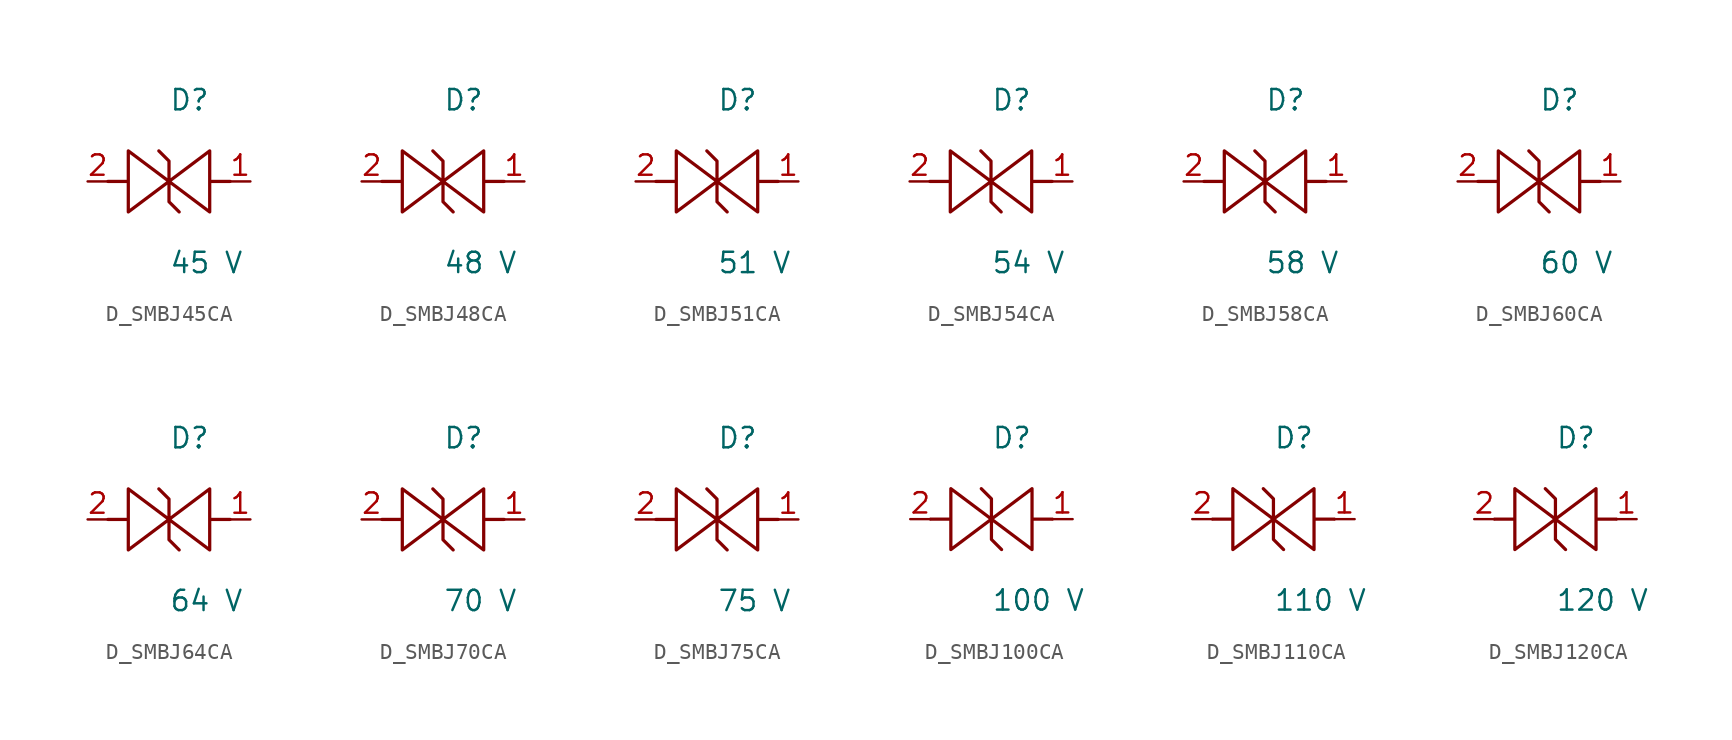
<source format=kicad_sym>
(kicad_symbol_lib
  (version 20231120)
  (generator kicad_symbol_editor)
  (generator_version 8.0)
  (symbol "D_SMBJ45CA"
    (pin_names
      (offset 0.254))
    (property "Reference" "D"
      (at 0.0 5.08 0)
      (effects (font (size 1.27 1.27)) (justify left)))
    (property "Value" "45 V"
      (at 0.0 -5.08 0)
      (effects (font (size 1.27 1.27)) (justify left)))
    (symbol "D_SMBJ45CA_1_0"
      (polyline (pts (xy 3.81 0) (xy 2.54 0) (xy 2.54 1.905) (xy 0 0) (xy 0 1.27) (xy -0.635 1.905) (xy 0 1.27) (xy 0 0) (xy -2.54 1.905) (xy -2.54 0) (xy -3.81 0) (xy -2.54 0) (xy -2.54 -1.905) (xy 0 0) (xy 0 -1.27) (xy 0.635 -1.905) (xy 0 -1.27) (xy 0 0) (xy 2.54 -1.905) (xy 2.54 0)) (stroke (width 0.203) (type default)) (fill (type none)))
      (pin unspecified line (at 5.08 0 180) (length 1.27) (name "" (effects (font (size 1.27 1.27)))) (number "1" (effects (font (size 1.27 1.27)))))
      (pin unspecified line (at -5.08 0 0) (length 1.27) (name "" (effects (font (size 1.27 1.27)))) (number "2" (effects (font (size 1.27 1.27)))))))
  (symbol "D_SMBJ48CA"
    (pin_names
      (offset 0.254))
    (property "Reference" "D"
      (at 0.0 5.08 0)
      (effects (font (size 1.27 1.27)) (justify left)))
    (property "Value" "48 V"
      (at 0.0 -5.08 0)
      (effects (font (size 1.27 1.27)) (justify left)))
    (symbol "D_SMBJ48CA_1_0"
      (polyline (pts (xy 3.81 0) (xy 2.54 0) (xy 2.54 1.905) (xy 0 0) (xy 0 1.27) (xy -0.635 1.905) (xy 0 1.27) (xy 0 0) (xy -2.54 1.905) (xy -2.54 0) (xy -3.81 0) (xy -2.54 0) (xy -2.54 -1.905) (xy 0 0) (xy 0 -1.27) (xy 0.635 -1.905) (xy 0 -1.27) (xy 0 0) (xy 2.54 -1.905) (xy 2.54 0)) (stroke (width 0.203) (type default)) (fill (type none)))
      (pin unspecified line (at 5.08 0 180) (length 1.27) (name "" (effects (font (size 1.27 1.27)))) (number "1" (effects (font (size 1.27 1.27)))))
      (pin unspecified line (at -5.08 0 0) (length 1.27) (name "" (effects (font (size 1.27 1.27)))) (number "2" (effects (font (size 1.27 1.27)))))))
  (symbol "D_SMBJ51CA"
    (pin_names
      (offset 0.254))
    (property "Reference" "D"
      (at 0.0 5.08 0)
      (effects (font (size 1.27 1.27)) (justify left)))
    (property "Value" "51 V"
      (at 0.0 -5.08 0)
      (effects (font (size 1.27 1.27)) (justify left)))
    (symbol "D_SMBJ51CA_1_0"
      (polyline (pts (xy 3.81 0) (xy 2.54 0) (xy 2.54 1.905) (xy 0 0) (xy 0 1.27) (xy -0.635 1.905) (xy 0 1.27) (xy 0 0) (xy -2.54 1.905) (xy -2.54 0) (xy -3.81 0) (xy -2.54 0) (xy -2.54 -1.905) (xy 0 0) (xy 0 -1.27) (xy 0.635 -1.905) (xy 0 -1.27) (xy 0 0) (xy 2.54 -1.905) (xy 2.54 0)) (stroke (width 0.203) (type default)) (fill (type none)))
      (pin unspecified line (at 5.08 0 180) (length 1.27) (name "" (effects (font (size 1.27 1.27)))) (number "1" (effects (font (size 1.27 1.27)))))
      (pin unspecified line (at -5.08 0 0) (length 1.27) (name "" (effects (font (size 1.27 1.27)))) (number "2" (effects (font (size 1.27 1.27)))))))
  (symbol "D_SMBJ54CA"
    (pin_names
      (offset 0.254))
    (property "Reference" "D"
      (at 0.0 5.08 0)
      (effects (font (size 1.27 1.27)) (justify left)))
    (property "Value" "54 V"
      (at 0.0 -5.08 0)
      (effects (font (size 1.27 1.27)) (justify left)))
    (symbol "D_SMBJ54CA_1_0"
      (polyline (pts (xy 3.81 0) (xy 2.54 0) (xy 2.54 1.905) (xy 0 0) (xy 0 1.27) (xy -0.635 1.905) (xy 0 1.27) (xy 0 0) (xy -2.54 1.905) (xy -2.54 0) (xy -3.81 0) (xy -2.54 0) (xy -2.54 -1.905) (xy 0 0) (xy 0 -1.27) (xy 0.635 -1.905) (xy 0 -1.27) (xy 0 0) (xy 2.54 -1.905) (xy 2.54 0)) (stroke (width 0.203) (type default)) (fill (type none)))
      (pin unspecified line (at 5.08 0 180) (length 1.27) (name "" (effects (font (size 1.27 1.27)))) (number "1" (effects (font (size 1.27 1.27)))))
      (pin unspecified line (at -5.08 0 0) (length 1.27) (name "" (effects (font (size 1.27 1.27)))) (number "2" (effects (font (size 1.27 1.27)))))))
  (symbol "D_SMBJ58CA"
    (pin_names
      (offset 0.254))
    (property "Reference" "D"
      (at 0.0 5.08 0)
      (effects (font (size 1.27 1.27)) (justify left)))
    (property "Value" "58 V"
      (at 0.0 -5.08 0)
      (effects (font (size 1.27 1.27)) (justify left)))
    (symbol "D_SMBJ58CA_1_0"
      (polyline (pts (xy 3.81 0) (xy 2.54 0) (xy 2.54 1.905) (xy 0 0) (xy 0 1.27) (xy -0.635 1.905) (xy 0 1.27) (xy 0 0) (xy -2.54 1.905) (xy -2.54 0) (xy -3.81 0) (xy -2.54 0) (xy -2.54 -1.905) (xy 0 0) (xy 0 -1.27) (xy 0.635 -1.905) (xy 0 -1.27) (xy 0 0) (xy 2.54 -1.905) (xy 2.54 0)) (stroke (width 0.203) (type default)) (fill (type none)))
      (pin unspecified line (at 5.08 0 180) (length 1.27) (name "" (effects (font (size 1.27 1.27)))) (number "1" (effects (font (size 1.27 1.27)))))
      (pin unspecified line (at -5.08 0 0) (length 1.27) (name "" (effects (font (size 1.27 1.27)))) (number "2" (effects (font (size 1.27 1.27)))))))
  (symbol "D_SMBJ60CA"
    (pin_names
      (offset 0.254))
    (property "Reference" "D"
      (at 0.0 5.08 0)
      (effects (font (size 1.27 1.27)) (justify left)))
    (property "Value" "60 V"
      (at 0.0 -5.08 0)
      (effects (font (size 1.27 1.27)) (justify left)))
    (symbol "D_SMBJ60CA_1_0"
      (polyline (pts (xy 3.81 0) (xy 2.54 0) (xy 2.54 1.905) (xy 0 0) (xy 0 1.27) (xy -0.635 1.905) (xy 0 1.27) (xy 0 0) (xy -2.54 1.905) (xy -2.54 0) (xy -3.81 0) (xy -2.54 0) (xy -2.54 -1.905) (xy 0 0) (xy 0 -1.27) (xy 0.635 -1.905) (xy 0 -1.27) (xy 0 0) (xy 2.54 -1.905) (xy 2.54 0)) (stroke (width 0.203) (type default)) (fill (type none)))
      (pin unspecified line (at 5.08 0 180) (length 1.27) (name "" (effects (font (size 1.27 1.27)))) (number "1" (effects (font (size 1.27 1.27)))))
      (pin unspecified line (at -5.08 0 0) (length 1.27) (name "" (effects (font (size 1.27 1.27)))) (number "2" (effects (font (size 1.27 1.27)))))))
  (symbol "D_SMBJ64CA"
    (pin_names
      (offset 0.254))
    (property "Reference" "D"
      (at 0.0 5.08 0)
      (effects (font (size 1.27 1.27)) (justify left)))
    (property "Value" "64 V"
      (at 0.0 -5.08 0)
      (effects (font (size 1.27 1.27)) (justify left)))
    (symbol "D_SMBJ64CA_1_0"
      (polyline (pts (xy 3.81 0) (xy 2.54 0) (xy 2.54 1.905) (xy 0 0) (xy 0 1.27) (xy -0.635 1.905) (xy 0 1.27) (xy 0 0) (xy -2.54 1.905) (xy -2.54 0) (xy -3.81 0) (xy -2.54 0) (xy -2.54 -1.905) (xy 0 0) (xy 0 -1.27) (xy 0.635 -1.905) (xy 0 -1.27) (xy 0 0) (xy 2.54 -1.905) (xy 2.54 0)) (stroke (width 0.203) (type default)) (fill (type none)))
      (pin unspecified line (at 5.08 0 180) (length 1.27) (name "" (effects (font (size 1.27 1.27)))) (number "1" (effects (font (size 1.27 1.27)))))
      (pin unspecified line (at -5.08 0 0) (length 1.27) (name "" (effects (font (size 1.27 1.27)))) (number "2" (effects (font (size 1.27 1.27)))))))
  (symbol "D_SMBJ70CA"
    (pin_names
      (offset 0.254))
    (property "Reference" "D"
      (at 0.0 5.08 0)
      (effects (font (size 1.27 1.27)) (justify left)))
    (property "Value" "70 V"
      (at 0.0 -5.08 0)
      (effects (font (size 1.27 1.27)) (justify left)))
    (symbol "D_SMBJ70CA_1_0"
      (polyline (pts (xy 3.81 0) (xy 2.54 0) (xy 2.54 1.905) (xy 0 0) (xy 0 1.27) (xy -0.635 1.905) (xy 0 1.27) (xy 0 0) (xy -2.54 1.905) (xy -2.54 0) (xy -3.81 0) (xy -2.54 0) (xy -2.54 -1.905) (xy 0 0) (xy 0 -1.27) (xy 0.635 -1.905) (xy 0 -1.27) (xy 0 0) (xy 2.54 -1.905) (xy 2.54 0)) (stroke (width 0.203) (type default)) (fill (type none)))
      (pin unspecified line (at 5.08 0 180) (length 1.27) (name "" (effects (font (size 1.27 1.27)))) (number "1" (effects (font (size 1.27 1.27)))))
      (pin unspecified line (at -5.08 0 0) (length 1.27) (name "" (effects (font (size 1.27 1.27)))) (number "2" (effects (font (size 1.27 1.27)))))))
  (symbol "D_SMBJ75CA"
    (pin_names
      (offset 0.254))
    (property "Reference" "D"
      (at 0.0 5.08 0)
      (effects (font (size 1.27 1.27)) (justify left)))
    (property "Value" "75 V"
      (at 0.0 -5.08 0)
      (effects (font (size 1.27 1.27)) (justify left)))
    (symbol "D_SMBJ75CA_1_0"
      (polyline (pts (xy 3.81 0) (xy 2.54 0) (xy 2.54 1.905) (xy 0 0) (xy 0 1.27) (xy -0.635 1.905) (xy 0 1.27) (xy 0 0) (xy -2.54 1.905) (xy -2.54 0) (xy -3.81 0) (xy -2.54 0) (xy -2.54 -1.905) (xy 0 0) (xy 0 -1.27) (xy 0.635 -1.905) (xy 0 -1.27) (xy 0 0) (xy 2.54 -1.905) (xy 2.54 0)) (stroke (width 0.203) (type default)) (fill (type none)))
      (pin unspecified line (at 5.08 0 180) (length 1.27) (name "" (effects (font (size 1.27 1.27)))) (number "1" (effects (font (size 1.27 1.27)))))
      (pin unspecified line (at -5.08 0 0) (length 1.27) (name "" (effects (font (size 1.27 1.27)))) (number "2" (effects (font (size 1.27 1.27)))))))
  (symbol "D_SMBJ100CA"
    (pin_names
      (offset 0.254))
    (property "Reference" "D"
      (at 0.0 5.08 0)
      (effects (font (size 1.27 1.27)) (justify left)))
    (property "Value" "100 V"
      (at 0.0 -5.08 0)
      (effects (font (size 1.27 1.27)) (justify left)))
    (symbol "D_SMBJ100CA_1_0"
      (polyline (pts (xy 3.81 0) (xy 2.54 0) (xy 2.54 1.905) (xy 0 0) (xy 0 1.27) (xy -0.635 1.905) (xy 0 1.27) (xy 0 0) (xy -2.54 1.905) (xy -2.54 0) (xy -3.81 0) (xy -2.54 0) (xy -2.54 -1.905) (xy 0 0) (xy 0 -1.27) (xy 0.635 -1.905) (xy 0 -1.27) (xy 0 0) (xy 2.54 -1.905) (xy 2.54 0)) (stroke (width 0.203) (type default)) (fill (type none)))
      (pin unspecified line (at 5.08 0 180) (length 1.27) (name "" (effects (font (size 1.27 1.27)))) (number "1" (effects (font (size 1.27 1.27)))))
      (pin unspecified line (at -5.08 0 0) (length 1.27) (name "" (effects (font (size 1.27 1.27)))) (number "2" (effects (font (size 1.27 1.27)))))))
  (symbol "D_SMBJ110CA"
    (pin_names
      (offset 0.254))
    (property "Reference" "D"
      (at 0.0 5.08 0)
      (effects (font (size 1.27 1.27)) (justify left)))
    (property "Value" "110 V"
      (at 0.0 -5.08 0)
      (effects (font (size 1.27 1.27)) (justify left)))
    (symbol "D_SMBJ110CA_1_0"
      (polyline (pts (xy 3.81 0) (xy 2.54 0) (xy 2.54 1.905) (xy 0 0) (xy 0 1.27) (xy -0.635 1.905) (xy 0 1.27) (xy 0 0) (xy -2.54 1.905) (xy -2.54 0) (xy -3.81 0) (xy -2.54 0) (xy -2.54 -1.905) (xy 0 0) (xy 0 -1.27) (xy 0.635 -1.905) (xy 0 -1.27) (xy 0 0) (xy 2.54 -1.905) (xy 2.54 0)) (stroke (width 0.203) (type default)) (fill (type none)))
      (pin unspecified line (at 5.08 0 180) (length 1.27) (name "" (effects (font (size 1.27 1.27)))) (number "1" (effects (font (size 1.27 1.27)))))
      (pin unspecified line (at -5.08 0 0) (length 1.27) (name "" (effects (font (size 1.27 1.27)))) (number "2" (effects (font (size 1.27 1.27)))))))
  (symbol "D_SMBJ120CA"
    (pin_names
      (offset 0.254))
    (property "Reference" "D"
      (at 0.0 5.08 0)
      (effects (font (size 1.27 1.27)) (justify left)))
    (property "Value" "120 V"
      (at 0.0 -5.08 0)
      (effects (font (size 1.27 1.27)) (justify left)))
    (symbol "D_SMBJ120CA_1_0"
      (polyline (pts (xy 3.81 0) (xy 2.54 0) (xy 2.54 1.905) (xy 0 0) (xy 0 1.27) (xy -0.635 1.905) (xy 0 1.27) (xy 0 0) (xy -2.54 1.905) (xy -2.54 0) (xy -3.81 0) (xy -2.54 0) (xy -2.54 -1.905) (xy 0 0) (xy 0 -1.27) (xy 0.635 -1.905) (xy 0 -1.27) (xy 0 0) (xy 2.54 -1.905) (xy 2.54 0)) (stroke (width 0.203) (type default)) (fill (type none)))
      (pin unspecified line (at 5.08 0 180) (length 1.27) (name "" (effects (font (size 1.27 1.27)))) (number "1" (effects (font (size 1.27 1.27)))))
      (pin unspecified line (at -5.08 0 0) (length 1.27) (name "" (effects (font (size 1.27 1.27)))) (number "2" (effects (font (size 1.27 1.27))))))))
</source>
